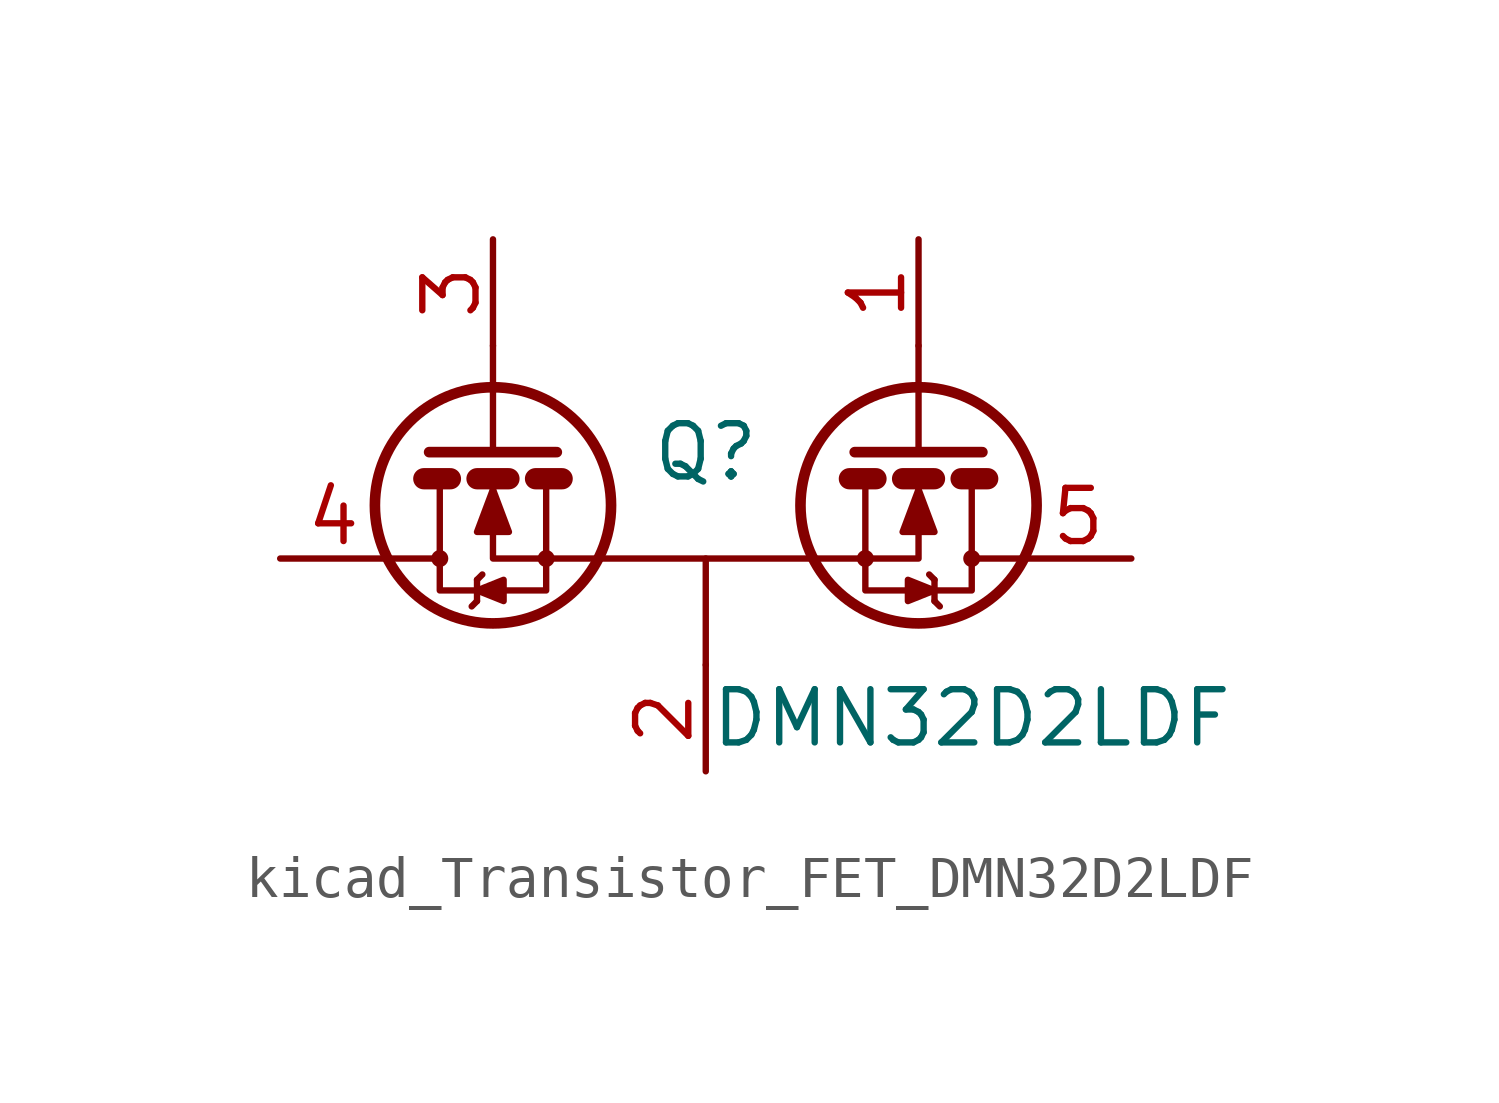
<source format=kicad_sym>
(kicad_symbol_lib
  (version 20220914)
  (generator kicad_symbol_editor)
  (symbol "kicad_Transistor_FET_DMN32D2LDF"
    (pin_names hide)
    (property "Reference" "Q"
      (at 0 2.54 0)
      (effects (font (size 1.27 1.27))))
    (property "Value" "DMN32D2LDF"
      (at 6.35 -3.81 0)
      (effects (font (size 1.27 1.27))))
    (symbol "kicad_Transistor_FET_DMN32D2LDF_0_1"
      (polyline (pts (xy -2.54 0) (xy 2.54 0)) (stroke (width 0) (type default)) (fill (type none)))
      (polyline (pts (xy 0 -2.54) (xy 0 0)) (stroke (width 0) (type default)) (fill (type none))))
    (symbol "kicad_Transistor_FET_DMN32D2LDF_1_1"
      (circle (center -6.35 0) (radius 0.127) (stroke (width 0) (type default)) (fill (type none)))
      (circle (center -5.08 1.27) (radius 2.819) (stroke (width 0.254) (type default)) (fill (type none)))
      (circle (center -3.81 0) (radius 0.127) (stroke (width 0) (type default)) (fill (type none)))
      (polyline (pts (xy -6.731 1.905) (xy -6.096 1.905)) (stroke (width 0.508) (type default)) (fill (type none)))
      (polyline (pts (xy -5.461 -1.016) (xy -5.588 -1.143)) (stroke (width 0) (type default)) (fill (type none)))
      (polyline (pts (xy -5.461 -0.508) (xy -5.461 -1.016)) (stroke (width 0) (type default)) (fill (type none)))
      (polyline (pts (xy -5.461 -0.508) (xy -5.334 -0.381)) (stroke (width 0) (type default)) (fill (type none)))
      (polyline (pts (xy -5.461 1.905) (xy -4.699 1.905)) (stroke (width 0.508) (type default)) (fill (type none)))
      (polyline (pts (xy -5.08 2.54) (xy -5.08 5.08)) (stroke (width 0) (type default)) (fill (type none)))
      (polyline (pts (xy -4.064 1.905) (xy -3.429 1.905)) (stroke (width 0.508) (type default)) (fill (type none)))
      (polyline (pts (xy 4.064 1.905) (xy 3.429 1.905)) (stroke (width 0.508) (type default)) (fill (type none)))
      (polyline (pts (xy 5.08 2.54) (xy 5.08 5.08)) (stroke (width 0) (type default)) (fill (type none)))
      (polyline (pts (xy 5.461 -1.016) (xy 5.588 -1.143)) (stroke (width 0) (type default)) (fill (type none)))
      (polyline (pts (xy 5.461 -0.508) (xy 5.334 -0.381)) (stroke (width 0) (type default)) (fill (type none)))
      (polyline (pts (xy 5.461 -0.508) (xy 5.461 -1.016)) (stroke (width 0) (type default)) (fill (type none)))
      (polyline (pts (xy 5.461 1.905) (xy 4.699 1.905)) (stroke (width 0.508) (type default)) (fill (type none)))
      (polyline (pts (xy 6.731 1.905) (xy 6.096 1.905)) (stroke (width 0.508) (type default)) (fill (type none)))
      (polyline (pts (xy -6.604 2.54) (xy -3.556 2.54) (xy -3.556 2.54)) (stroke (width 0.254) (type default)) (fill (type none)))
      (polyline (pts (xy 6.604 2.54) (xy 3.556 2.54) (xy 3.556 2.54)) (stroke (width 0.254) (type default)) (fill (type none)))
      (polyline (pts (xy -6.35 0) (xy -6.35 -0.762) (xy -3.81 -0.762) (xy -3.81 0)) (stroke (width 0) (type default)) (fill (type none)))
      (polyline (pts (xy -6.35 1.778) (xy -6.35 0) (xy -7.62 0) (xy -7.62 0)) (stroke (width 0) (type default)) (fill (type none)))
      (polyline (pts (xy -5.461 -0.762) (xy -4.826 -0.508) (xy -4.826 -1.016) (xy -5.461 -0.762)) (stroke (width 0) (type default)) (fill (type outline)))
      (polyline (pts (xy -3.81 1.778) (xy -3.81 0) (xy -2.54 0) (xy -2.54 0)) (stroke (width 0) (type default)) (fill (type none)))
      (polyline (pts (xy 3.81 1.778) (xy 3.81 0) (xy 2.54 0) (xy 2.54 0)) (stroke (width 0) (type default)) (fill (type none)))
      (polyline (pts (xy 5.461 -0.762) (xy 4.826 -0.508) (xy 4.826 -1.016) (xy 5.461 -0.762)) (stroke (width 0) (type default)) (fill (type outline)))
      (polyline (pts (xy 6.35 0) (xy 6.35 -0.762) (xy 3.81 -0.762) (xy 3.81 0)) (stroke (width 0) (type default)) (fill (type none)))
      (polyline (pts (xy 6.35 1.778) (xy 6.35 0) (xy 7.62 0) (xy 7.62 0)) (stroke (width 0) (type default)) (fill (type none)))
      (polyline (pts (xy -5.08 1.778) (xy -5.08 1.27) (xy -5.08 0) (xy -3.81 0) (xy -3.81 0)) (stroke (width 0) (type default)) (fill (type none)))
      (polyline (pts (xy 5.08 1.778) (xy 5.08 1.27) (xy 5.08 0) (xy 3.81 0) (xy 3.81 0)) (stroke (width 0) (type default)) (fill (type none)))
      (polyline (pts (xy -5.08 1.651) (xy -5.461 0.635) (xy -4.699 0.635) (xy -5.08 1.651) (xy -5.08 1.524) (xy -5.08 1.524)) (stroke (width 0) (type default)) (fill (type outline)))
      (polyline (pts (xy 5.08 1.651) (xy 5.461 0.635) (xy 4.699 0.635) (xy 5.08 1.651) (xy 5.08 1.524) (xy 5.08 1.524)) (stroke (width 0) (type default)) (fill (type outline)))
      (circle (center 3.81 0) (radius 0.127) (stroke (width 0) (type default)) (fill (type none)))
      (circle (center 5.08 1.27) (radius 2.819) (stroke (width 0.254) (type default)) (fill (type none)))
      (circle (center 6.35 0) (radius 0.127) (stroke (width 0) (type default)) (fill (type none)))
      (pin input line (at 5.08 7.62 270) (length 2.54) (name "G1" (effects (font (size 1.27 1.27)))) (number "1" (effects (font (size 1.27 1.27)))))
      (pin passive line (at 0 -5.08 90) (length 2.54) (name "S" (effects (font (size 1.27 1.27)))) (number "2" (effects (font (size 1.27 1.27)))))
      (pin input line (at -5.08 7.62 270) (length 2.54) (name "G2" (effects (font (size 1.27 1.27)))) (number "3" (effects (font (size 1.27 1.27)))))
      (pin passive line (at -10.16 0 0) (length 2.54) (name "D2" (effects (font (size 1.27 1.27)))) (number "4" (effects (font (size 1.27 1.27)))))
      (pin passive line (at 10.16 0 180) (length 2.54) (name "D1" (effects (font (size 1.27 1.27)))) (number "5" (effects (font (size 1.27 1.27))))))))
</source>
